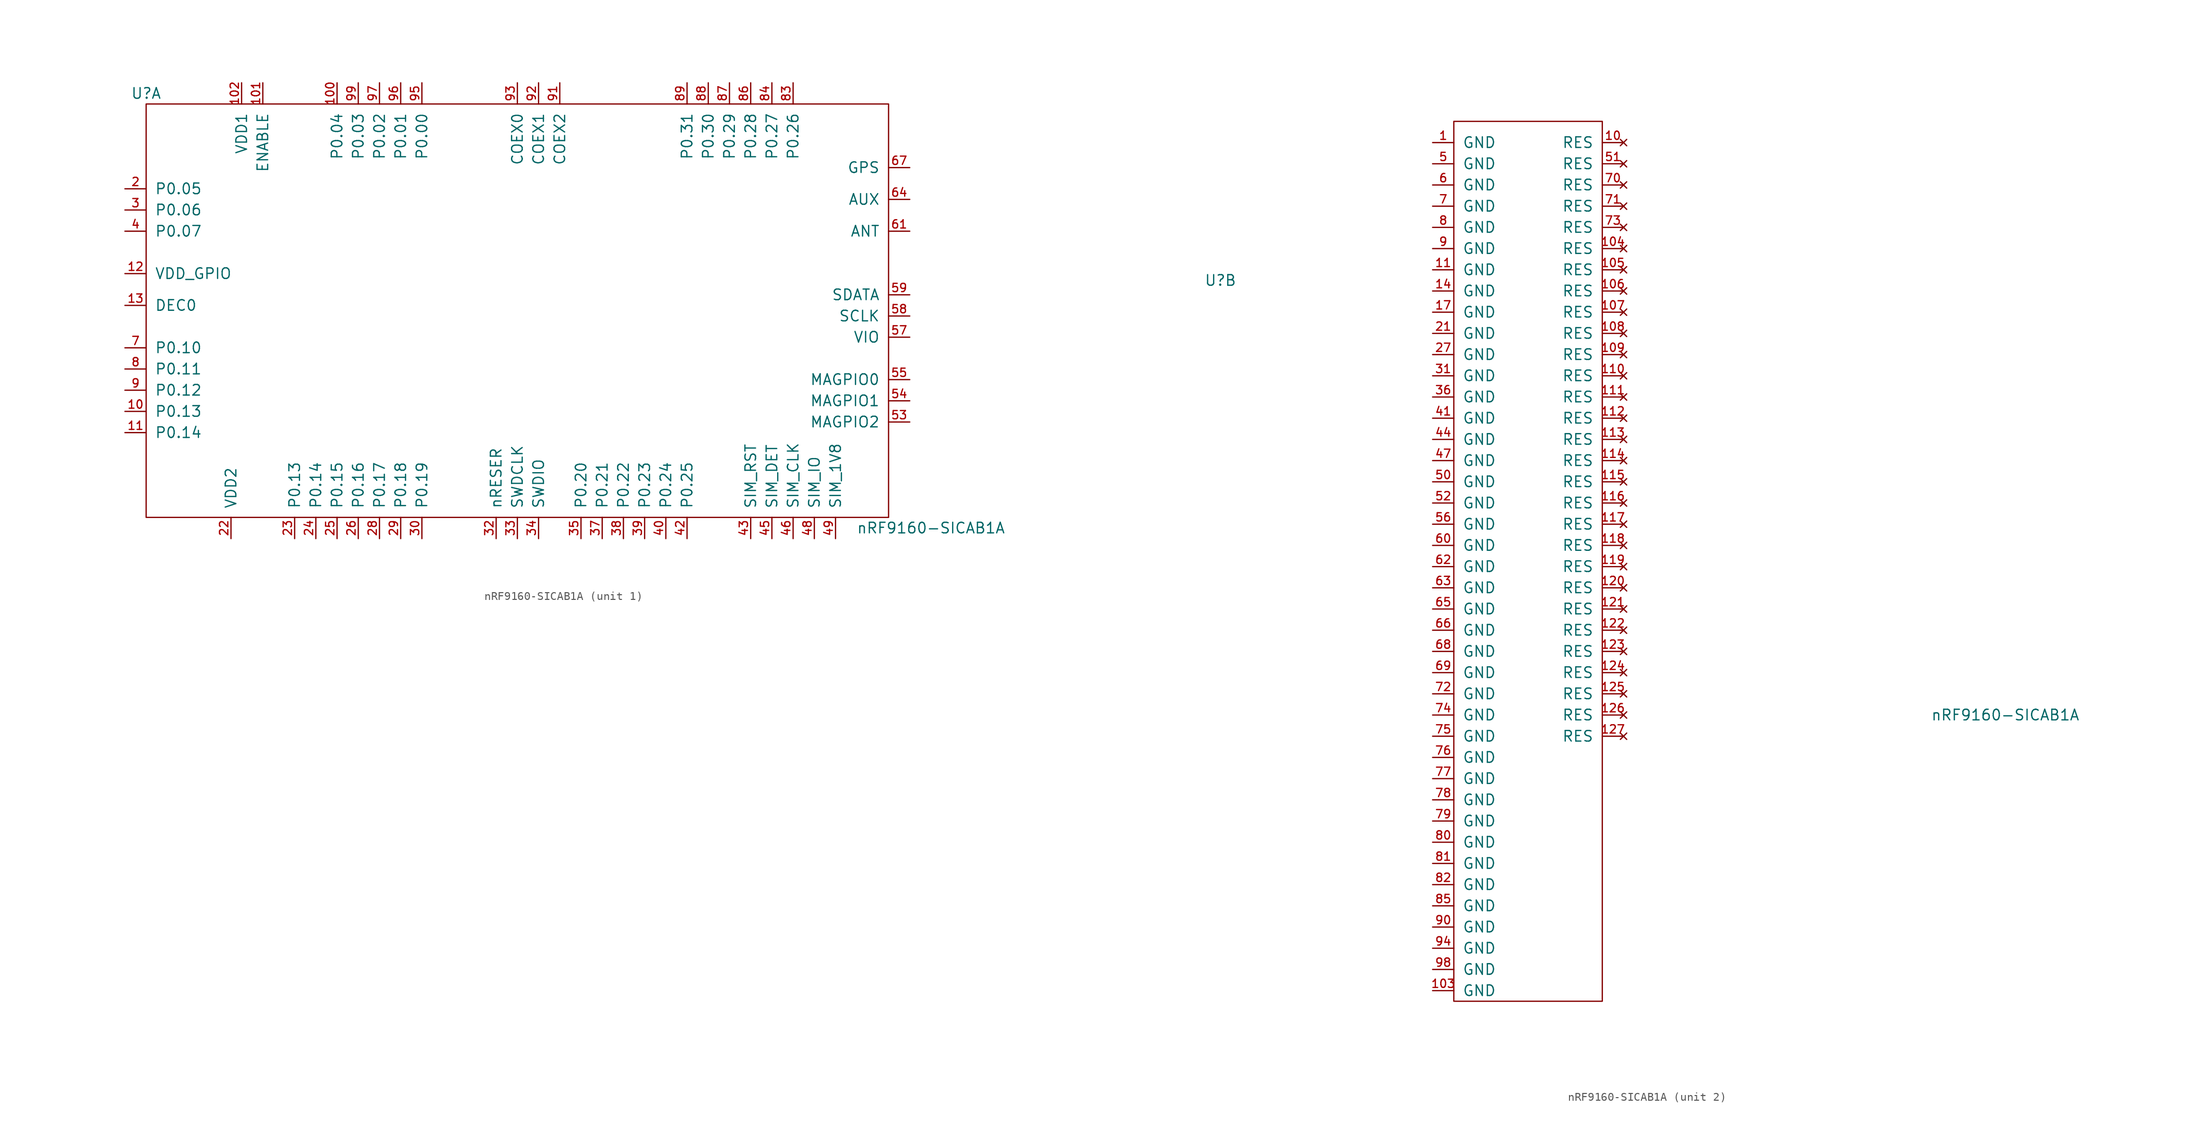
<source format=kicad_sym>
(kicad_symbol_lib
  (version 20220914)
  (generator kicad_symbol_editor)
  (symbol "nRF9160-SICAB1A"
    (pin_names
      (offset 1.016))
    (property "Reference" "U"
      (at -36.83 22.86 0)
      (effects (font (size 1.27 1.27))))
    (property "Value" "nRF9160-SICAB1A"
      (at 57.15 -29.21 0)
      (effects (font (size 1.27 1.27))))
    (property "ki_locked" ""
      (at 0 0 0)
      (effects (font (size 1.27 1.27))))
    (symbol "nRF9160-SICAB1A_1_1"
      (rectangle (start -36.83 21.59) (end 52.07 -27.94) (stroke (width 0) (type solid)) (fill (type none)))
      (pin bidirectional line (at -39.37 -15.24 0) (length 2.54) (name "P0.13" (effects (font (size 1.27 1.27)))) (number "10" (effects (font (size 0.991 0.991)))))
      (pin bidirectional line (at -13.97 24.13 270) (length 2.54) (name "P0.04" (effects (font (size 1.27 1.27)))) (number "100" (effects (font (size 0.991 0.991)))))
      (pin input line (at -22.86 24.13 270) (length 2.54) (name "ENABLE" (effects (font (size 1.27 1.27)))) (number "101" (effects (font (size 0.991 0.991)))))
      (pin power_in line (at -25.4 24.13 270) (length 2.54) (name "VDD1" (effects (font (size 1.27 1.27)))) (number "102" (effects (font (size 0.991 0.991)))))
      (pin bidirectional line (at -39.37 -17.78 0) (length 2.54) (name "P0.14" (effects (font (size 1.27 1.27)))) (number "11" (effects (font (size 0.991 0.991)))))
      (pin power_in line (at -39.37 1.27 0) (length 2.54) (name "VDD_GPIO" (effects (font (size 1.27 1.27)))) (number "12" (effects (font (size 0.991 0.991)))))
      (pin bidirectional line (at -39.37 -2.54 0) (length 2.54) (name "DEC0" (effects (font (size 1.27 1.27)))) (number "13" (effects (font (size 0.991 0.991)))))
      (pin bidirectional line (at -39.37 11.43 0) (length 2.54) (name "P0.05" (effects (font (size 1.27 1.27)))) (number "2" (effects (font (size 0.991 0.991)))))
      (pin power_in line (at -26.67 -30.48 90) (length 2.54) (name "VDD2" (effects (font (size 1.27 1.27)))) (number "22" (effects (font (size 0.991 0.991)))))
      (pin bidirectional line (at -19.05 -30.48 90) (length 2.54) (name "P0.13" (effects (font (size 1.27 1.27)))) (number "23" (effects (font (size 0.991 0.991)))))
      (pin bidirectional line (at -16.51 -30.48 90) (length 2.54) (name "P0.14" (effects (font (size 1.27 1.27)))) (number "24" (effects (font (size 0.991 0.991)))))
      (pin bidirectional line (at -13.97 -30.48 90) (length 2.54) (name "P0.15" (effects (font (size 1.27 1.27)))) (number "25" (effects (font (size 0.991 0.991)))))
      (pin bidirectional line (at -11.43 -30.48 90) (length 2.54) (name "P0.16" (effects (font (size 1.27 1.27)))) (number "26" (effects (font (size 0.991 0.991)))))
      (pin bidirectional line (at -8.89 -30.48 90) (length 2.54) (name "P0.17" (effects (font (size 1.27 1.27)))) (number "28" (effects (font (size 0.991 0.991)))))
      (pin bidirectional line (at -6.35 -30.48 90) (length 2.54) (name "P0.18" (effects (font (size 1.27 1.27)))) (number "29" (effects (font (size 0.991 0.991)))))
      (pin bidirectional line (at -39.37 8.89 0) (length 2.54) (name "P0.06" (effects (font (size 1.27 1.27)))) (number "3" (effects (font (size 0.991 0.991)))))
      (pin bidirectional line (at -3.81 -30.48 90) (length 2.54) (name "P0.19" (effects (font (size 1.27 1.27)))) (number "30" (effects (font (size 0.991 0.991)))))
      (pin input line (at 5.08 -30.48 90) (length 2.54) (name "nRESER" (effects (font (size 1.27 1.27)))) (number "32" (effects (font (size 0.991 0.991)))))
      (pin input line (at 7.62 -30.48 90) (length 2.54) (name "SWDCLK" (effects (font (size 1.27 1.27)))) (number "33" (effects (font (size 0.991 0.991)))))
      (pin bidirectional line (at 10.16 -30.48 90) (length 2.54) (name "SWDIO" (effects (font (size 1.27 1.27)))) (number "34" (effects (font (size 0.991 0.991)))))
      (pin bidirectional line (at 15.24 -30.48 90) (length 2.54) (name "P0.20" (effects (font (size 1.27 1.27)))) (number "35" (effects (font (size 0.991 0.991)))))
      (pin bidirectional line (at 17.78 -30.48 90) (length 2.54) (name "P0.21" (effects (font (size 1.27 1.27)))) (number "37" (effects (font (size 0.991 0.991)))))
      (pin bidirectional line (at 20.32 -30.48 90) (length 2.54) (name "P0.22" (effects (font (size 1.27 1.27)))) (number "38" (effects (font (size 0.991 0.991)))))
      (pin bidirectional line (at 22.86 -30.48 90) (length 2.54) (name "P0.23" (effects (font (size 1.27 1.27)))) (number "39" (effects (font (size 0.991 0.991)))))
      (pin bidirectional line (at -39.37 6.35 0) (length 2.54) (name "P0.07" (effects (font (size 1.27 1.27)))) (number "4" (effects (font (size 0.991 0.991)))))
      (pin bidirectional line (at 25.4 -30.48 90) (length 2.54) (name "P0.24" (effects (font (size 1.27 1.27)))) (number "40" (effects (font (size 0.991 0.991)))))
      (pin bidirectional line (at 27.94 -30.48 90) (length 2.54) (name "P0.25" (effects (font (size 1.27 1.27)))) (number "42" (effects (font (size 0.991 0.991)))))
      (pin bidirectional line (at 35.56 -30.48 90) (length 2.54) (name "SIM_RST" (effects (font (size 1.27 1.27)))) (number "43" (effects (font (size 0.991 0.991)))))
      (pin bidirectional line (at 38.1 -30.48 90) (length 2.54) (name "SIM_DET" (effects (font (size 1.27 1.27)))) (number "45" (effects (font (size 0.991 0.991)))))
      (pin bidirectional line (at 40.64 -30.48 90) (length 2.54) (name "SIM_CLK" (effects (font (size 1.27 1.27)))) (number "46" (effects (font (size 0.991 0.991)))))
      (pin bidirectional line (at 43.18 -30.48 90) (length 2.54) (name "SIM_IO" (effects (font (size 1.27 1.27)))) (number "48" (effects (font (size 0.991 0.991)))))
      (pin bidirectional line (at 45.72 -30.48 90) (length 2.54) (name "SIM_1V8" (effects (font (size 1.27 1.27)))) (number "49" (effects (font (size 0.991 0.991)))))
      (pin bidirectional line (at 54.61 -16.51 180) (length 2.54) (name "MAGPIO2" (effects (font (size 1.27 1.27)))) (number "53" (effects (font (size 0.991 0.991)))))
      (pin bidirectional line (at 54.61 -13.97 180) (length 2.54) (name "MAGPIO1" (effects (font (size 1.27 1.27)))) (number "54" (effects (font (size 0.991 0.991)))))
      (pin bidirectional line (at 54.61 -11.43 180) (length 2.54) (name "MAGPIO0" (effects (font (size 1.27 1.27)))) (number "55" (effects (font (size 0.991 0.991)))))
      (pin bidirectional line (at 54.61 -6.35 180) (length 2.54) (name "VIO" (effects (font (size 1.27 1.27)))) (number "57" (effects (font (size 0.991 0.991)))))
      (pin bidirectional line (at 54.61 -3.81 180) (length 2.54) (name "SCLK" (effects (font (size 1.27 1.27)))) (number "58" (effects (font (size 0.991 0.991)))))
      (pin bidirectional line (at 54.61 -1.27 180) (length 2.54) (name "SDATA" (effects (font (size 1.27 1.27)))) (number "59" (effects (font (size 0.991 0.991)))))
      (pin bidirectional line (at 54.61 6.35 180) (length 2.54) (name "ANT" (effects (font (size 1.27 1.27)))) (number "61" (effects (font (size 0.991 0.991)))))
      (pin bidirectional line (at 54.61 10.16 180) (length 2.54) (name "AUX" (effects (font (size 1.27 1.27)))) (number "64" (effects (font (size 0.991 0.991)))))
      (pin input line (at 54.61 13.97 180) (length 2.54) (name "GPS" (effects (font (size 1.27 1.27)))) (number "67" (effects (font (size 0.991 0.991)))))
      (pin bidirectional line (at -39.37 -7.62 0) (length 2.54) (name "P0.10" (effects (font (size 1.27 1.27)))) (number "7" (effects (font (size 0.991 0.991)))))
      (pin bidirectional line (at -39.37 -10.16 0) (length 2.54) (name "P0.11" (effects (font (size 1.27 1.27)))) (number "8" (effects (font (size 0.991 0.991)))))
      (pin bidirectional line (at 40.64 24.13 270) (length 2.54) (name "P0.26" (effects (font (size 1.27 1.27)))) (number "83" (effects (font (size 0.991 0.991)))))
      (pin bidirectional line (at 38.1 24.13 270) (length 2.54) (name "P0.27" (effects (font (size 1.27 1.27)))) (number "84" (effects (font (size 0.991 0.991)))))
      (pin bidirectional line (at 35.56 24.13 270) (length 2.54) (name "P0.28" (effects (font (size 1.27 1.27)))) (number "86" (effects (font (size 0.991 0.991)))))
      (pin bidirectional line (at 33.02 24.13 270) (length 2.54) (name "P0.29" (effects (font (size 1.27 1.27)))) (number "87" (effects (font (size 0.991 0.991)))))
      (pin bidirectional line (at 30.48 24.13 270) (length 2.54) (name "P0.30" (effects (font (size 1.27 1.27)))) (number "88" (effects (font (size 0.991 0.991)))))
      (pin bidirectional line (at 27.94 24.13 270) (length 2.54) (name "P0.31" (effects (font (size 1.27 1.27)))) (number "89" (effects (font (size 0.991 0.991)))))
      (pin bidirectional line (at -39.37 -12.7 0) (length 2.54) (name "P0.12" (effects (font (size 1.27 1.27)))) (number "9" (effects (font (size 0.991 0.991)))))
      (pin bidirectional line (at 12.7 24.13 270) (length 2.54) (name "COEX2" (effects (font (size 1.27 1.27)))) (number "91" (effects (font (size 0.991 0.991)))))
      (pin bidirectional line (at 10.16 24.13 270) (length 2.54) (name "COEX1" (effects (font (size 1.27 1.27)))) (number "92" (effects (font (size 0.991 0.991)))))
      (pin bidirectional line (at 7.62 24.13 270) (length 2.54) (name "COEX0" (effects (font (size 1.27 1.27)))) (number "93" (effects (font (size 0.991 0.991)))))
      (pin bidirectional line (at -3.81 24.13 270) (length 2.54) (name "P0.00" (effects (font (size 1.27 1.27)))) (number "95" (effects (font (size 0.991 0.991)))))
      (pin bidirectional line (at -6.35 24.13 270) (length 2.54) (name "P0.01" (effects (font (size 1.27 1.27)))) (number "96" (effects (font (size 0.991 0.991)))))
      (pin bidirectional line (at -8.89 24.13 270) (length 2.54) (name "P0.02" (effects (font (size 1.27 1.27)))) (number "97" (effects (font (size 0.991 0.991)))))
      (pin bidirectional line (at -11.43 24.13 270) (length 2.54) (name "P0.03" (effects (font (size 1.27 1.27)))) (number "99" (effects (font (size 0.991 0.991))))))
    (symbol "nRF9160-SICAB1A_2_1"
      (rectangle (start -8.89 41.91) (end 8.89 -63.5) (stroke (width 0) (type solid)) (fill (type none)))
      (pin power_in line (at -11.43 39.37 0) (length 2.54) (name "GND" (effects (font (size 1.27 1.27)))) (number "1" (effects (font (size 0.991 0.991)))))
      (pin no_connect line (at 11.43 39.37 180) (length 2.54) (name "RES" (effects (font (size 1.27 1.27)))) (number "10" (effects (font (size 0.991 0.991)))))
      (pin power_in line (at -11.43 -62.23 0) (length 2.54) (name "GND" (effects (font (size 1.27 1.27)))) (number "103" (effects (font (size 0.991 0.991)))))
      (pin no_connect line (at 11.43 26.67 180) (length 2.54) (name "RES" (effects (font (size 1.27 1.27)))) (number "104" (effects (font (size 0.991 0.991)))))
      (pin no_connect line (at 11.43 24.13 180) (length 2.54) (name "RES" (effects (font (size 1.27 1.27)))) (number "105" (effects (font (size 0.991 0.991)))))
      (pin no_connect line (at 11.43 21.59 180) (length 2.54) (name "RES" (effects (font (size 1.27 1.27)))) (number "106" (effects (font (size 0.991 0.991)))))
      (pin no_connect line (at 11.43 19.05 180) (length 2.54) (name "RES" (effects (font (size 1.27 1.27)))) (number "107" (effects (font (size 0.991 0.991)))))
      (pin no_connect line (at 11.43 16.51 180) (length 2.54) (name "RES" (effects (font (size 1.27 1.27)))) (number "108" (effects (font (size 0.991 0.991)))))
      (pin no_connect line (at 11.43 13.97 180) (length 2.54) (name "RES" (effects (font (size 1.27 1.27)))) (number "109" (effects (font (size 0.991 0.991)))))
      (pin power_in line (at -11.43 24.13 0) (length 2.54) (name "GND" (effects (font (size 1.27 1.27)))) (number "11" (effects (font (size 0.991 0.991)))))
      (pin no_connect line (at 11.43 11.43 180) (length 2.54) (name "RES" (effects (font (size 1.27 1.27)))) (number "110" (effects (font (size 0.991 0.991)))))
      (pin no_connect line (at 11.43 8.89 180) (length 2.54) (name "RES" (effects (font (size 1.27 1.27)))) (number "111" (effects (font (size 0.991 0.991)))))
      (pin no_connect line (at 11.43 6.35 180) (length 2.54) (name "RES" (effects (font (size 1.27 1.27)))) (number "112" (effects (font (size 0.991 0.991)))))
      (pin no_connect line (at 11.43 3.81 180) (length 2.54) (name "RES" (effects (font (size 1.27 1.27)))) (number "113" (effects (font (size 0.991 0.991)))))
      (pin no_connect line (at 11.43 1.27 180) (length 2.54) (name "RES" (effects (font (size 1.27 1.27)))) (number "114" (effects (font (size 0.991 0.991)))))
      (pin no_connect line (at 11.43 -1.27 180) (length 2.54) (name "RES" (effects (font (size 1.27 1.27)))) (number "115" (effects (font (size 0.991 0.991)))))
      (pin no_connect line (at 11.43 -3.81 180) (length 2.54) (name "RES" (effects (font (size 1.27 1.27)))) (number "116" (effects (font (size 0.991 0.991)))))
      (pin no_connect line (at 11.43 -6.35 180) (length 2.54) (name "RES" (effects (font (size 1.27 1.27)))) (number "117" (effects (font (size 0.991 0.991)))))
      (pin no_connect line (at 11.43 -8.89 180) (length 2.54) (name "RES" (effects (font (size 1.27 1.27)))) (number "118" (effects (font (size 0.991 0.991)))))
      (pin no_connect line (at 11.43 -11.43 180) (length 2.54) (name "RES" (effects (font (size 1.27 1.27)))) (number "119" (effects (font (size 0.991 0.991)))))
      (pin no_connect line (at 11.43 -13.97 180) (length 2.54) (name "RES" (effects (font (size 1.27 1.27)))) (number "120" (effects (font (size 0.991 0.991)))))
      (pin no_connect line (at 11.43 -16.51 180) (length 2.54) (name "RES" (effects (font (size 1.27 1.27)))) (number "121" (effects (font (size 0.991 0.991)))))
      (pin no_connect line (at 11.43 -19.05 180) (length 2.54) (name "RES" (effects (font (size 1.27 1.27)))) (number "122" (effects (font (size 0.991 0.991)))))
      (pin no_connect line (at 11.43 -21.59 180) (length 2.54) (name "RES" (effects (font (size 1.27 1.27)))) (number "123" (effects (font (size 0.991 0.991)))))
      (pin no_connect line (at 11.43 -24.13 180) (length 2.54) (name "RES" (effects (font (size 1.27 1.27)))) (number "124" (effects (font (size 0.991 0.991)))))
      (pin no_connect line (at 11.43 -26.67 180) (length 2.54) (name "RES" (effects (font (size 1.27 1.27)))) (number "125" (effects (font (size 0.991 0.991)))))
      (pin no_connect line (at 11.43 -29.21 180) (length 2.54) (name "RES" (effects (font (size 1.27 1.27)))) (number "126" (effects (font (size 0.991 0.991)))))
      (pin no_connect line (at 11.43 -31.75 180) (length 2.54) (name "RES" (effects (font (size 1.27 1.27)))) (number "127" (effects (font (size 0.991 0.991)))))
      (pin power_in line (at -11.43 21.59 0) (length 2.54) (name "GND" (effects (font (size 1.27 1.27)))) (number "14" (effects (font (size 0.991 0.991)))))
      (pin power_in line (at -11.43 19.05 0) (length 2.54) (name "GND" (effects (font (size 1.27 1.27)))) (number "17" (effects (font (size 0.991 0.991)))))
      (pin power_in line (at -11.43 16.51 0) (length 2.54) (name "GND" (effects (font (size 1.27 1.27)))) (number "21" (effects (font (size 0.991 0.991)))))
      (pin power_in line (at -11.43 13.97 0) (length 2.54) (name "GND" (effects (font (size 1.27 1.27)))) (number "27" (effects (font (size 0.991 0.991)))))
      (pin power_in line (at -11.43 11.43 0) (length 2.54) (name "GND" (effects (font (size 1.27 1.27)))) (number "31" (effects (font (size 0.991 0.991)))))
      (pin power_in line (at -11.43 8.89 0) (length 2.54) (name "GND" (effects (font (size 1.27 1.27)))) (number "36" (effects (font (size 0.991 0.991)))))
      (pin power_in line (at -11.43 6.35 0) (length 2.54) (name "GND" (effects (font (size 1.27 1.27)))) (number "41" (effects (font (size 0.991 0.991)))))
      (pin power_in line (at -11.43 3.81 0) (length 2.54) (name "GND" (effects (font (size 1.27 1.27)))) (number "44" (effects (font (size 0.991 0.991)))))
      (pin power_in line (at -11.43 1.27 0) (length 2.54) (name "GND" (effects (font (size 1.27 1.27)))) (number "47" (effects (font (size 0.991 0.991)))))
      (pin power_in line (at -11.43 36.83 0) (length 2.54) (name "GND" (effects (font (size 1.27 1.27)))) (number "5" (effects (font (size 0.991 0.991)))))
      (pin power_in line (at -11.43 -1.27 0) (length 2.54) (name "GND" (effects (font (size 1.27 1.27)))) (number "50" (effects (font (size 0.991 0.991)))))
      (pin no_connect line (at 11.43 36.83 180) (length 2.54) (name "RES" (effects (font (size 1.27 1.27)))) (number "51" (effects (font (size 0.991 0.991)))))
      (pin power_in line (at -11.43 -3.81 0) (length 2.54) (name "GND" (effects (font (size 1.27 1.27)))) (number "52" (effects (font (size 0.991 0.991)))))
      (pin power_in line (at -11.43 -6.35 0) (length 2.54) (name "GND" (effects (font (size 1.27 1.27)))) (number "56" (effects (font (size 0.991 0.991)))))
      (pin power_in line (at -11.43 34.29 0) (length 2.54) (name "GND" (effects (font (size 1.27 1.27)))) (number "6" (effects (font (size 0.991 0.991)))))
      (pin power_in line (at -11.43 -8.89 0) (length 2.54) (name "GND" (effects (font (size 1.27 1.27)))) (number "60" (effects (font (size 0.991 0.991)))))
      (pin power_in line (at -11.43 -11.43 0) (length 2.54) (name "GND" (effects (font (size 1.27 1.27)))) (number "62" (effects (font (size 0.991 0.991)))))
      (pin power_in line (at -11.43 -13.97 0) (length 2.54) (name "GND" (effects (font (size 1.27 1.27)))) (number "63" (effects (font (size 0.991 0.991)))))
      (pin power_in line (at -11.43 -16.51 0) (length 2.54) (name "GND" (effects (font (size 1.27 1.27)))) (number "65" (effects (font (size 0.991 0.991)))))
      (pin power_in line (at -11.43 -19.05 0) (length 2.54) (name "GND" (effects (font (size 1.27 1.27)))) (number "66" (effects (font (size 0.991 0.991)))))
      (pin power_in line (at -11.43 -21.59 0) (length 2.54) (name "GND" (effects (font (size 1.27 1.27)))) (number "68" (effects (font (size 0.991 0.991)))))
      (pin power_in line (at -11.43 -24.13 0) (length 2.54) (name "GND" (effects (font (size 1.27 1.27)))) (number "69" (effects (font (size 0.991 0.991)))))
      (pin power_in line (at -11.43 31.75 0) (length 2.54) (name "GND" (effects (font (size 1.27 1.27)))) (number "7" (effects (font (size 0.991 0.991)))))
      (pin no_connect line (at 11.43 34.29 180) (length 2.54) (name "RES" (effects (font (size 1.27 1.27)))) (number "70" (effects (font (size 0.991 0.991)))))
      (pin no_connect line (at 11.43 31.75 180) (length 2.54) (name "RES" (effects (font (size 1.27 1.27)))) (number "71" (effects (font (size 0.991 0.991)))))
      (pin power_in line (at -11.43 -26.67 0) (length 2.54) (name "GND" (effects (font (size 1.27 1.27)))) (number "72" (effects (font (size 0.991 0.991)))))
      (pin no_connect line (at 11.43 29.21 180) (length 2.54) (name "RES" (effects (font (size 1.27 1.27)))) (number "73" (effects (font (size 0.991 0.991)))))
      (pin power_in line (at -11.43 -29.21 0) (length 2.54) (name "GND" (effects (font (size 1.27 1.27)))) (number "74" (effects (font (size 0.991 0.991)))))
      (pin power_in line (at -11.43 -31.75 0) (length 2.54) (name "GND" (effects (font (size 1.27 1.27)))) (number "75" (effects (font (size 0.991 0.991)))))
      (pin power_in line (at -11.43 -34.29 0) (length 2.54) (name "GND" (effects (font (size 1.27 1.27)))) (number "76" (effects (font (size 0.991 0.991)))))
      (pin power_in line (at -11.43 -36.83 0) (length 2.54) (name "GND" (effects (font (size 1.27 1.27)))) (number "77" (effects (font (size 0.991 0.991)))))
      (pin power_in line (at -11.43 -39.37 0) (length 2.54) (name "GND" (effects (font (size 1.27 1.27)))) (number "78" (effects (font (size 0.991 0.991)))))
      (pin power_in line (at -11.43 -41.91 0) (length 2.54) (name "GND" (effects (font (size 1.27 1.27)))) (number "79" (effects (font (size 0.991 0.991)))))
      (pin power_in line (at -11.43 29.21 0) (length 2.54) (name "GND" (effects (font (size 1.27 1.27)))) (number "8" (effects (font (size 0.991 0.991)))))
      (pin power_in line (at -11.43 -44.45 0) (length 2.54) (name "GND" (effects (font (size 1.27 1.27)))) (number "80" (effects (font (size 0.991 0.991)))))
      (pin power_in line (at -11.43 -46.99 0) (length 2.54) (name "GND" (effects (font (size 1.27 1.27)))) (number "81" (effects (font (size 0.991 0.991)))))
      (pin power_in line (at -11.43 -49.53 0) (length 2.54) (name "GND" (effects (font (size 1.27 1.27)))) (number "82" (effects (font (size 0.991 0.991)))))
      (pin power_in line (at -11.43 -52.07 0) (length 2.54) (name "GND" (effects (font (size 1.27 1.27)))) (number "85" (effects (font (size 0.991 0.991)))))
      (pin power_in line (at -11.43 26.67 0) (length 2.54) (name "GND" (effects (font (size 1.27 1.27)))) (number "9" (effects (font (size 0.991 0.991)))))
      (pin power_in line (at -11.43 -54.61 0) (length 2.54) (name "GND" (effects (font (size 1.27 1.27)))) (number "90" (effects (font (size 0.991 0.991)))))
      (pin power_in line (at -11.43 -57.15 0) (length 2.54) (name "GND" (effects (font (size 1.27 1.27)))) (number "94" (effects (font (size 0.991 0.991)))))
      (pin power_in line (at -11.43 -59.69 0) (length 2.54) (name "GND" (effects (font (size 1.27 1.27)))) (number "98" (effects (font (size 0.991 0.991))))))))
</source>
